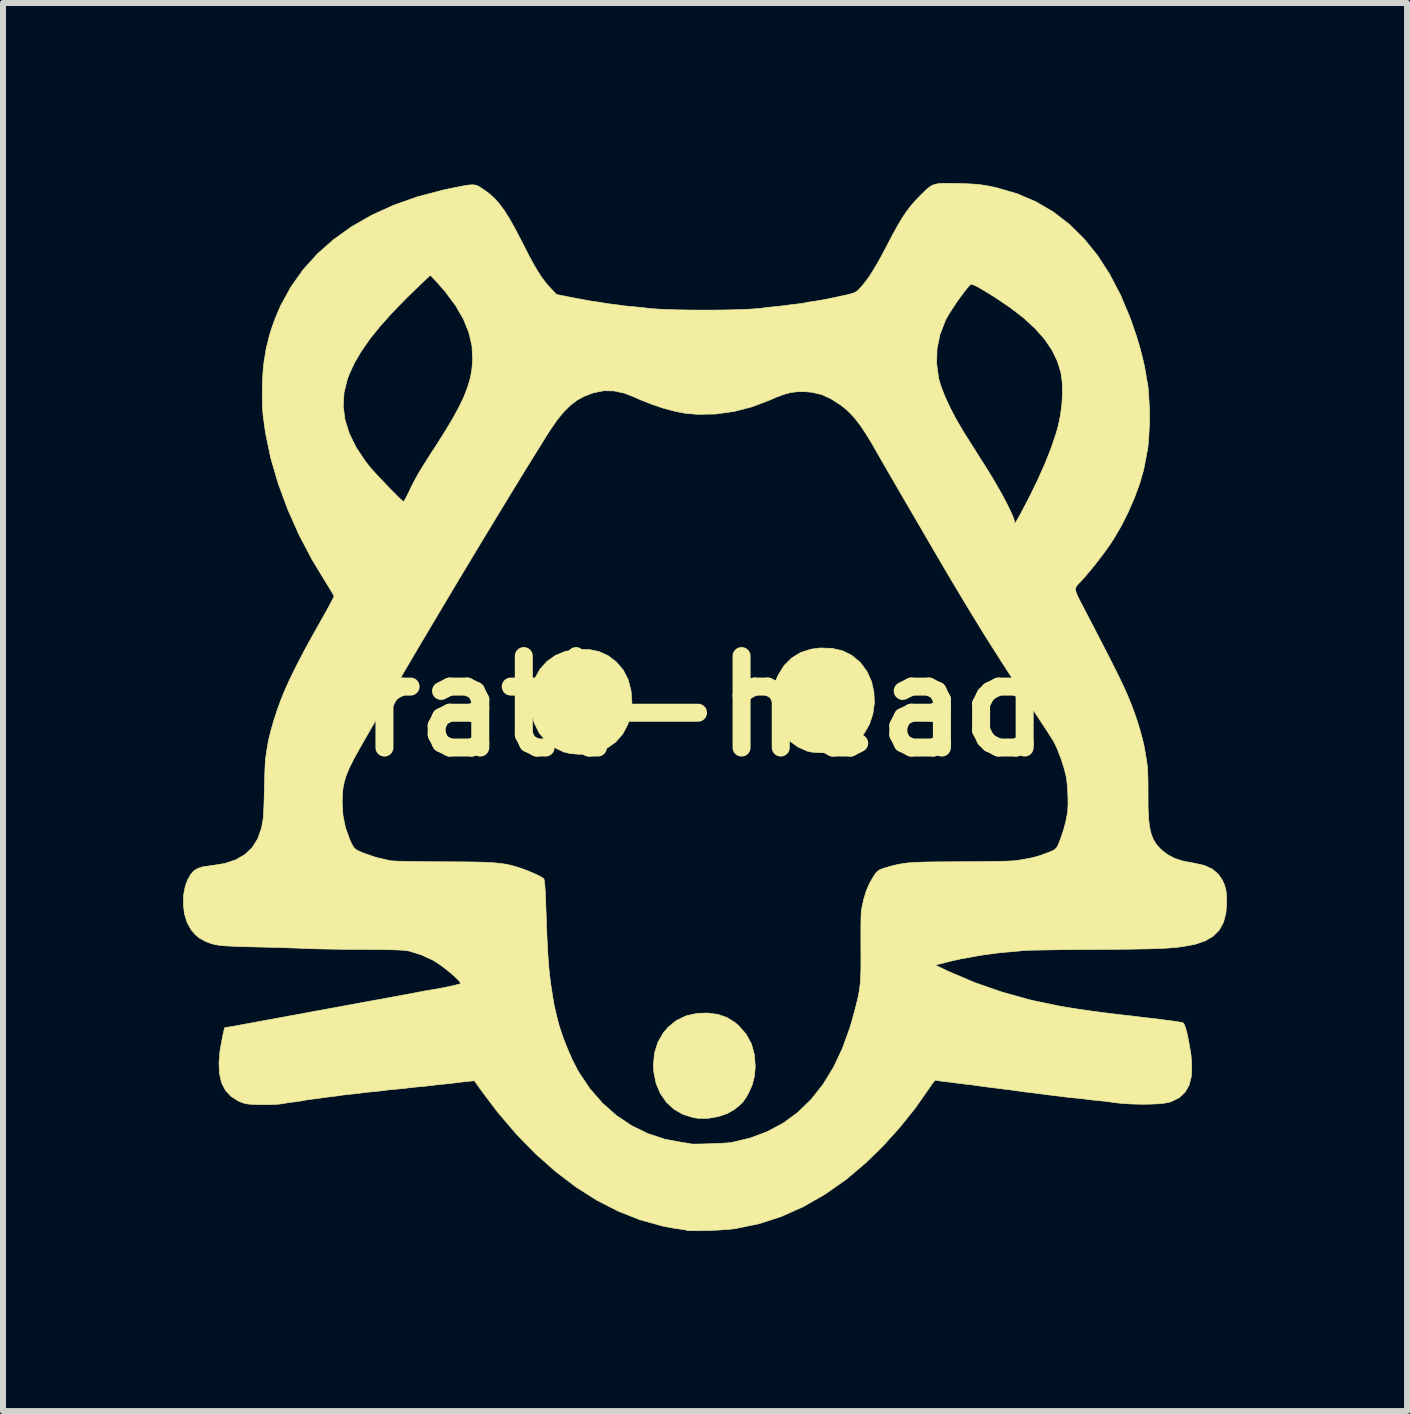
<source format=kicad_pcb>
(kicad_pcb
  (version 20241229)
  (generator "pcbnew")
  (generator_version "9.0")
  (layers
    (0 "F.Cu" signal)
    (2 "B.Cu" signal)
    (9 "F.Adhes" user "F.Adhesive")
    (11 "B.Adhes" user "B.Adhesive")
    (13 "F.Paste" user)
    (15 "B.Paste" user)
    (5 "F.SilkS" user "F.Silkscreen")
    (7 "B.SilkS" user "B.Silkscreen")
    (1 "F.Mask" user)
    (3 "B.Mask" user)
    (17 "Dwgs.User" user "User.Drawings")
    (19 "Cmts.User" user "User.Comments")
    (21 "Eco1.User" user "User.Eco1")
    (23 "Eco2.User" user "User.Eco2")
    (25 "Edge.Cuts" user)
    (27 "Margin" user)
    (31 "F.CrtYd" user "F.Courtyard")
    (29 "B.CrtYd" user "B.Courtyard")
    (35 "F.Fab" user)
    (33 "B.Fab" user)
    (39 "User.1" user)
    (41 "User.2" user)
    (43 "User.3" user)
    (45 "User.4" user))
  (footprint "ratt-head"
    (layer "F.Cu")
    (at 8.69 8.717)
    (property "Reference" "ratt-head" (at 0 0 0) (layer "F.SilkS") (effects (font (size 1.524 1.524) (thickness 0.3))))
    (attr through_hole)
    (fp_poly (pts (xy -1.93 -0.945) (xy -1.759 -0.91) (xy -1.608 -0.842) (xy -1.473 -0.74) (xy -1.356 -0.604) (xy -1.273 -0.444) (xy -1.225 -0.258) (xy -1.21 -0.069) (xy -1.228 0.129) (xy -1.28 0.308) (xy -1.364 0.465) (xy -1.478 0.595) (xy -1.62 0.697) (xy -1.774 0.763) (xy -1.92 0.793) (xy -2.079 0.802) (xy -2.234 0.79) (xy -2.348 0.763) (xy -2.51 0.686) (xy -2.648 0.578) (xy -2.758 0.441) (xy -2.839 0.279) (xy -2.888 0.096) (xy -2.902 -0.089) (xy -2.883 -0.284) (xy -2.829 -0.461) (xy -2.743 -0.615) (xy -2.628 -0.744) (xy -2.487 -0.845) (xy -2.323 -0.913) (xy -2.139 -0.946) (xy -2.126 -0.947) (xy -1.93 -0.945)) (stroke (width 0.01) (type solid)) (fill yes) (layer "F.SilkS"))
    (fp_poly (pts (xy 0.221 5.135) (xy 0.374 5.188) (xy 0.513 5.276) (xy 0.568 5.324) (xy 0.693 5.466) (xy 0.781 5.627) (xy 0.831 5.807) (xy 0.845 6.008) (xy 0.844 6.021) (xy 0.83 6.173) (xy 0.796 6.307) (xy 0.734 6.445) (xy 0.733 6.447) (xy 0.684 6.533) (xy 0.636 6.598) (xy 0.574 6.658) (xy 0.501 6.717) (xy 0.377 6.789) (xy 0.227 6.839) (xy 0.064 6.867) (xy -0.1 6.868) (xy -0.185 6.856) (xy -0.358 6.803) (xy -0.51 6.716) (xy -0.637 6.598) (xy -0.737 6.452) (xy -0.808 6.284) (xy -0.846 6.095) (xy -0.852 5.98) (xy -0.834 5.781) (xy -0.778 5.602) (xy -0.686 5.442) (xy -0.607 5.35) (xy -0.469 5.237) (xy -0.308 5.16) (xy -0.126 5.119) (xy 0.045 5.113) (xy 0.221 5.135)) (stroke (width 0.01) (type solid)) (fill yes) (layer "F.SilkS"))
    (fp_poly (pts (xy 2.125 -0.963) (xy 2.297 -0.924) (xy 2.449 -0.85) (xy 2.583 -0.74) (xy 2.606 -0.715) (xy 2.711 -0.572) (xy 2.783 -0.409) (xy 2.822 -0.233) (xy 2.83 -0.052) (xy 2.805 0.128) (xy 2.749 0.299) (xy 2.661 0.453) (xy 2.578 0.551) (xy 2.509 0.608) (xy 2.421 0.667) (xy 2.349 0.706) (xy 2.276 0.738) (xy 2.212 0.758) (xy 2.141 0.769) (xy 2.048 0.774) (xy 2.011 0.775) (xy 1.897 0.774) (xy 1.797 0.767) (xy 1.724 0.753) (xy 1.721 0.752) (xy 1.554 0.679) (xy 1.41 0.574) (xy 1.293 0.441) (xy 1.206 0.284) (xy 1.151 0.109) (xy 1.132 -0.081) (xy 1.133 -0.117) (xy 1.141 -0.239) (xy 1.157 -0.337) (xy 1.187 -0.428) (xy 1.228 -0.52) (xy 1.326 -0.677) (xy 1.45 -0.802) (xy 1.6 -0.894) (xy 1.773 -0.95) (xy 1.928 -0.97) (xy 2.125 -0.963)) (stroke (width 0.01) (type solid)) (fill yes) (layer "F.SilkS"))
    (fp_poly (pts (xy 4.095 -8.712) (xy 4.223 -8.709) (xy 4.376 -8.705) (xy 4.5 -8.698) (xy 4.607 -8.687) (xy 4.712 -8.671) (xy 4.825 -8.648) (xy 4.879 -8.635) (xy 5.21 -8.539) (xy 5.52 -8.406) (xy 5.809 -8.237) (xy 6.076 -8.032) (xy 6.322 -7.79) (xy 6.547 -7.512) (xy 6.751 -7.197) (xy 6.934 -6.846) (xy 7.096 -6.458) (xy 7.195 -6.172) (xy 7.248 -5.997) (xy 7.294 -5.822) (xy 7.331 -5.661) (xy 7.355 -5.525) (xy 7.357 -5.513) (xy 7.366 -5.45) (xy 7.375 -5.406) (xy 7.378 -5.395) (xy 7.384 -5.367) (xy 7.391 -5.307) (xy 7.398 -5.222) (xy 7.404 -5.125) (xy 7.41 -5.023) (xy 7.414 -4.926) (xy 7.416 -4.844) (xy 7.416 -4.837) (xy 7.415 -4.757) (xy 7.411 -4.662) (xy 7.406 -4.559) (xy 7.4 -4.458) (xy 7.393 -4.368) (xy 7.386 -4.299) (xy 7.38 -4.261) (xy 7.378 -4.257) (xy 7.371 -4.23) (xy 7.362 -4.176) (xy 7.358 -4.149) (xy 7.318 -3.944) (xy 7.253 -3.717) (xy 7.166 -3.478) (xy 7.061 -3.236) (xy 6.942 -2.999) (xy 6.812 -2.778) (xy 6.769 -2.712) (xy 6.699 -2.612) (xy 6.613 -2.496) (xy 6.519 -2.374) (xy 6.425 -2.258) (xy 6.34 -2.157) (xy 6.284 -2.095) (xy 6.238 -2.047) (xy 6.205 -2.01) (xy 6.186 -1.977) (xy 6.181 -1.94) (xy 6.192 -1.894) (xy 6.218 -1.831) (xy 6.261 -1.745) (xy 6.322 -1.629) (xy 6.34 -1.593) (xy 6.475 -1.335) (xy 6.591 -1.11) (xy 6.692 -0.915) (xy 6.777 -0.747) (xy 6.85 -0.602) (xy 6.912 -0.477) (xy 6.965 -0.367) (xy 7.009 -0.27) (xy 7.048 -0.182) (xy 7.083 -0.098) (xy 7.116 -0.016) (xy 7.147 0.067) (xy 7.167 0.121) (xy 7.213 0.256) (xy 7.257 0.402) (xy 7.295 0.542) (xy 7.324 0.665) (xy 7.332 0.709) (xy 7.357 0.858) (xy 7.378 0.995) (xy 7.383 1.046) (xy 7.386 1.132) (xy 7.389 1.242) (xy 7.39 1.368) (xy 7.39 1.492) (xy 7.391 1.7) (xy 7.399 1.87) (xy 7.415 2.01) (xy 7.441 2.125) (xy 7.478 2.22) (xy 7.528 2.301) (xy 7.591 2.373) (xy 7.617 2.398) (xy 7.718 2.475) (xy 7.829 2.534) (xy 7.962 2.578) (xy 8.124 2.61) (xy 8.16 2.616) (xy 8.327 2.653) (xy 8.46 2.714) (xy 8.562 2.801) (xy 8.629 2.9) (xy 8.664 2.979) (xy 8.686 3.054) (xy 8.697 3.14) (xy 8.701 3.251) (xy 8.701 3.266) (xy 8.687 3.449) (xy 8.647 3.603) (xy 8.577 3.73) (xy 8.476 3.832) (xy 8.342 3.911) (xy 8.174 3.968) (xy 7.969 4.006) (xy 7.946 4.009) (xy 7.869 4.018) (xy 7.794 4.025) (xy 7.715 4.031) (xy 7.629 4.036) (xy 7.53 4.04) (xy 7.415 4.044) (xy 7.279 4.046) (xy 7.118 4.049) (xy 6.927 4.051) (xy 6.701 4.053) (xy 6.488 4.054) (xy 6.275 4.056) (xy 6.073 4.057) (xy 5.886 4.059) (xy 5.718 4.062) (xy 5.574 4.064) (xy 5.458 4.066) (xy 5.375 4.068) (xy 5.328 4.071) (xy 5.323 4.071) (xy 5.262 4.078) (xy 5.174 4.086) (xy 5.079 4.095) (xy 5.059 4.096) (xy 4.972 4.104) (xy 4.899 4.111) (xy 4.853 4.116) (xy 4.845 4.117) (xy 4.806 4.124) (xy 4.741 4.132) (xy 4.697 4.138) (xy 4.612 4.15) (xy 4.529 4.164) (xy 4.498 4.17) (xy 4.417 4.186) (xy 4.334 4.2) (xy 4.329 4.201) (xy 4.27 4.211) (xy 4.185 4.23) (xy 4.088 4.252) (xy 4.043 4.264) (xy 3.842 4.314) (xy 4.064 4.419) (xy 4.498 4.605) (xy 4.96 4.765) (xy 5.443 4.899) (xy 5.941 5.003) (xy 6.223 5.048) (xy 6.295 5.058) (xy 6.357 5.067) (xy 6.371 5.069) (xy 6.444 5.08) (xy 6.544 5.093) (xy 6.658 5.108) (xy 6.683 5.111) (xy 6.761 5.121) (xy 6.842 5.131) (xy 6.847 5.131) (xy 6.92 5.14) (xy 7.007 5.15) (xy 7.048 5.155) (xy 7.125 5.163) (xy 7.191 5.172) (xy 7.218 5.175) (xy 7.267 5.181) (xy 7.34 5.19) (xy 7.408 5.197) (xy 7.485 5.206) (xy 7.546 5.213) (xy 7.578 5.217) (xy 7.616 5.223) (xy 7.679 5.231) (xy 7.726 5.237) (xy 7.799 5.246) (xy 7.861 5.255) (xy 7.885 5.259) (xy 7.939 5.267) (xy 7.962 5.269) (xy 7.987 5.29) (xy 8.012 5.351) (xy 8.039 5.446) (xy 8.065 5.572) (xy 8.077 5.642) (xy 8.088 5.707) (xy 8.099 5.761) (xy 8.099 5.765) (xy 8.105 5.807) (xy 8.111 5.877) (xy 8.117 5.964) (xy 8.118 5.99) (xy 8.112 6.167) (xy 8.075 6.314) (xy 8.007 6.433) (xy 7.908 6.525) (xy 7.777 6.589) (xy 7.749 6.598) (xy 7.668 6.615) (xy 7.554 6.626) (xy 7.417 6.632) (xy 7.267 6.633) (xy 7.113 6.629) (xy 6.964 6.62) (xy 6.831 6.606) (xy 6.753 6.594) (xy 6.717 6.589) (xy 6.652 6.581) (xy 6.571 6.573) (xy 6.562 6.572) (xy 6.48 6.564) (xy 6.413 6.557) (xy 6.373 6.552) (xy 6.371 6.551) (xy 6.335 6.546) (xy 6.271 6.539) (xy 6.192 6.531) (xy 6.191 6.531) (xy 6.108 6.523) (xy 6.035 6.515) (xy 5.99 6.509) (xy 5.939 6.502) (xy 5.866 6.493) (xy 5.821 6.488) (xy 5.745 6.479) (xy 5.678 6.47) (xy 5.652 6.466) (xy 5.6 6.46) (xy 5.527 6.451) (xy 5.482 6.445) (xy 5.406 6.436) (xy 5.339 6.428) (xy 5.313 6.424) (xy 5.194 6.408) (xy 5.104 6.395) (xy 5.031 6.386) (xy 5.006 6.383) (xy 4.861 6.365) (xy 4.744 6.35) (xy 4.64 6.337) (xy 4.536 6.322) (xy 4.508 6.318) (xy 4.458 6.311) (xy 4.385 6.302) (xy 4.329 6.296) (xy 4.255 6.287) (xy 4.196 6.28) (xy 4.17 6.276) (xy 4.133 6.27) (xy 4.069 6.263) (xy 4 6.255) (xy 3.928 6.246) (xy 3.873 6.237) (xy 3.849 6.232) (xy 3.832 6.244) (xy 3.799 6.285) (xy 3.757 6.345) (xy 3.744 6.365) (xy 3.51 6.699) (xy 3.249 7.024) (xy 2.97 7.332) (xy 2.68 7.615) (xy 2.385 7.865) (xy 2.353 7.891) (xy 2.003 8.136) (xy 1.646 8.34) (xy 1.281 8.503) (xy 0.909 8.624) (xy 0.529 8.703) (xy 0.49 8.709) (xy 0.417 8.717) (xy 0.321 8.724) (xy 0.211 8.731) (xy 0.094 8.736) (xy -0.02 8.739) (xy -0.125 8.741) (xy -0.212 8.74) (xy -0.273 8.738) (xy -0.299 8.733) (xy -0.323 8.726) (xy -0.375 8.718) (xy -0.421 8.712) (xy -0.497 8.701) (xy -0.596 8.683) (xy -0.698 8.663) (xy -0.718 8.658) (xy -1.08 8.557) (xy -1.439 8.415) (xy -1.795 8.233) (xy -2.144 8.011) (xy -2.486 7.751) (xy -2.82 7.454) (xy -3.144 7.121) (xy -3.457 6.753) (xy -3.702 6.428) (xy -3.836 6.241) (xy -3.966 6.255) (xy -4.045 6.263) (xy -4.114 6.271) (xy -4.149 6.276) (xy -4.198 6.282) (xy -4.271 6.29) (xy -4.339 6.297) (xy -4.42 6.305) (xy -4.491 6.313) (xy -4.53 6.318) (xy -4.577 6.324) (xy -4.65 6.332) (xy -4.736 6.34) (xy -4.741 6.34) (xy -4.823 6.348) (xy -4.89 6.355) (xy -4.93 6.36) (xy -4.932 6.36) (xy -4.967 6.365) (xy -5.032 6.372) (xy -5.113 6.38) (xy -5.131 6.381) (xy -5.214 6.389) (xy -5.284 6.396) (xy -5.328 6.402) (xy -5.332 6.402) (xy -5.369 6.408) (xy -5.434 6.415) (xy -5.515 6.423) (xy -5.524 6.424) (xy -5.606 6.432) (xy -5.673 6.44) (xy -5.713 6.445) (xy -5.715 6.445) (xy -5.751 6.45) (xy -5.816 6.458) (xy -5.891 6.465) (xy -5.969 6.474) (xy -6.035 6.481) (xy -6.071 6.487) (xy -6.111 6.493) (xy -6.176 6.501) (xy -6.226 6.507) (xy -6.299 6.516) (xy -6.36 6.524) (xy -6.385 6.528) (xy -6.427 6.535) (xy -6.494 6.543) (xy -6.55 6.55) (xy -6.619 6.559) (xy -6.67 6.567) (xy -6.688 6.571) (xy -6.713 6.577) (xy -6.768 6.585) (xy -6.826 6.593) (xy -6.916 6.604) (xy -7.005 6.618) (xy -7.048 6.626) (xy -7.108 6.633) (xy -7.197 6.638) (xy -7.304 6.64) (xy -7.399 6.639) (xy -7.511 6.636) (xy -7.592 6.631) (xy -7.653 6.622) (xy -7.705 6.606) (xy -7.759 6.583) (xy -7.774 6.576) (xy -7.893 6.5) (xy -7.984 6.401) (xy -8.047 6.277) (xy -8.082 6.127) (xy -8.091 5.949) (xy -8.074 5.741) (xy -8.03 5.5) (xy -8.03 5.5) (xy -7.998 5.358) (xy -7.91 5.344) (xy -7.843 5.332) (xy -7.788 5.323) (xy -7.779 5.321) (xy -7.726 5.311) (xy -7.673 5.301) (xy -7.628 5.293) (xy -7.552 5.279) (xy -7.455 5.261) (xy -7.347 5.241) (xy -7.334 5.239) (xy -7.214 5.217) (xy -7.125 5.2) (xy -7.055 5.188) (xy -6.993 5.176) (xy -6.928 5.164) (xy -6.849 5.15) (xy -6.816 5.144) (xy -6.729 5.128) (xy -6.661 5.115) (xy -6.599 5.104) (xy -6.533 5.091) (xy -6.452 5.076) (xy -6.344 5.057) (xy -6.297 5.048) (xy -6.188 5.028) (xy -6.089 5.01) (xy -6.01 4.995) (xy -5.962 4.986) (xy -5.958 4.986) (xy -5.887 4.973) (xy -5.831 4.963) (xy -5.787 4.954) (xy -5.711 4.94) (xy -5.614 4.922) (xy -5.505 4.903) (xy -5.493 4.9) (xy -5.385 4.881) (xy -5.289 4.863) (xy -5.213 4.849) (xy -5.168 4.841) (xy -5.165 4.84) (xy -5.115 4.831) (xy -5.042 4.817) (xy -4.985 4.807) (xy -4.876 4.787) (xy -4.795 4.771) (xy -4.731 4.759) (xy -4.699 4.752) (xy -4.642 4.742) (xy -4.572 4.731) (xy -4.561 4.729) (xy -4.49 4.717) (xy -4.402 4.701) (xy -4.308 4.682) (xy -4.218 4.663) (xy -4.141 4.645) (xy -4.088 4.632) (xy -4.067 4.624) (xy -4.073 4.602) (xy -4.106 4.561) (xy -4.162 4.507) (xy -4.233 4.444) (xy -4.314 4.379) (xy -4.398 4.316) (xy -4.477 4.262) (xy -4.53 4.23) (xy -4.724 4.142) (xy -4.921 4.081) (xy -4.974 4.072) (xy -5.058 4.065) (xy -5.174 4.06) (xy -5.326 4.056) (xy -5.516 4.054) (xy -5.694 4.053) (xy -5.876 4.053) (xy -6.061 4.051) (xy -6.24 4.048) (xy -6.403 4.045) (xy -6.544 4.042) (xy -6.652 4.038) (xy -6.668 4.037) (xy -6.78 4.032) (xy -6.923 4.027) (xy -7.087 4.022) (xy -7.261 4.017) (xy -7.434 4.013) (xy -7.509 4.011) (xy -7.699 4.007) (xy -7.852 4.001) (xy -7.974 3.995) (xy -8.071 3.986) (xy -8.15 3.974) (xy -8.215 3.958) (xy -8.272 3.938) (xy -8.325 3.915) (xy -8.418 3.863) (xy -8.49 3.803) (xy -8.555 3.725) (xy -8.622 3.605) (xy -8.666 3.461) (xy -8.685 3.303) (xy -8.681 3.142) (xy -8.65 2.99) (xy -8.611 2.89) (xy -8.562 2.804) (xy -8.509 2.744) (xy -8.443 2.703) (xy -8.356 2.676) (xy -8.236 2.659) (xy -8.213 2.657) (xy -7.995 2.621) (xy -7.811 2.56) (xy -7.658 2.471) (xy -7.536 2.354) (xy -7.445 2.208) (xy -7.383 2.033) (xy -7.356 1.884) (xy -7.351 1.829) (xy -7.346 1.739) (xy -7.341 1.625) (xy -7.34 1.598) (xy -6.038 1.598) (xy -6.025 1.82) (xy -5.984 2.023) (xy -5.913 2.221) (xy -5.906 2.237) (xy -5.871 2.311) (xy -5.841 2.359) (xy -5.804 2.392) (xy -5.749 2.42) (xy -5.704 2.44) (xy -5.48 2.518) (xy -5.239 2.575) (xy -5.199 2.578) (xy -5.122 2.582) (xy -5.013 2.585) (xy -4.877 2.588) (xy -4.72 2.59) (xy -4.546 2.592) (xy -4.361 2.593) (xy -4.329 2.593) (xy -4.096 2.594) (xy -3.9 2.596) (xy -3.736 2.599) (xy -3.6 2.604) (xy -3.486 2.612) (xy -3.388 2.622) (xy -3.303 2.635) (xy -3.225 2.652) (xy -3.149 2.673) (xy -3.07 2.698) (xy -3.044 2.707) (xy -2.95 2.742) (xy -2.858 2.78) (xy -2.776 2.818) (xy -2.713 2.851) (xy -2.68 2.875) (xy -2.678 2.877) (xy -2.672 2.897) (xy -2.666 2.937) (xy -2.66 3) (xy -2.654 3.091) (xy -2.649 3.212) (xy -2.643 3.368) (xy -2.636 3.563) (xy -2.636 3.577) (xy -2.626 3.846) (xy -2.614 4.078) (xy -2.601 4.279) (xy -2.585 4.454) (xy -2.566 4.61) (xy -2.55 4.718) (xy -2.541 4.771) (xy -2.53 4.841) (xy -2.526 4.866) (xy -2.516 4.928) (xy -2.51 4.965) (xy -2.503 4.995) (xy -2.494 5.036) (xy -2.491 5.048) (xy -2.477 5.109) (xy -2.467 5.154) (xy -2.424 5.319) (xy -2.363 5.506) (xy -2.288 5.699) (xy -2.206 5.887) (xy -2.121 6.054) (xy -2.091 6.106) (xy -1.909 6.377) (xy -1.701 6.615) (xy -1.471 6.819) (xy -1.219 6.988) (xy -0.949 7.121) (xy -0.66 7.216) (xy -0.358 7.273) (xy -0.293 7.281) (xy -0.248 7.289) (xy -0.236 7.293) (xy -0.212 7.296) (xy -0.155 7.297) (xy -0.073 7.296) (xy 0.025 7.293) (xy 0.13 7.29) (xy 0.233 7.286) (xy 0.326 7.281) (xy 0.399 7.276) (xy 0.444 7.271) (xy 0.445 7.271) (xy 0.757 7.197) (xy 1.047 7.089) (xy 1.313 6.946) (xy 1.556 6.767) (xy 1.776 6.553) (xy 1.973 6.304) (xy 2.147 6.02) (xy 2.299 5.699) (xy 2.427 5.344) (xy 2.517 5.02) (xy 2.541 4.921) (xy 2.561 4.835) (xy 2.576 4.757) (xy 2.587 4.682) (xy 2.596 4.601) (xy 2.601 4.511) (xy 2.605 4.405) (xy 2.606 4.276) (xy 2.606 4.119) (xy 2.605 3.928) (xy 2.605 3.852) (xy 2.605 3.723) (xy 2.606 3.605) (xy 2.608 3.506) (xy 2.611 3.433) (xy 2.614 3.397) (xy 2.651 3.221) (xy 2.696 3.074) (xy 2.754 2.943) (xy 2.819 2.831) (xy 2.865 2.767) (xy 2.913 2.729) (xy 2.979 2.702) (xy 2.99 2.699) (xy 3.077 2.674) (xy 3.155 2.653) (xy 3.229 2.636) (xy 3.305 2.623) (xy 3.387 2.612) (xy 3.482 2.605) (xy 3.594 2.6) (xy 3.728 2.596) (xy 3.89 2.594) (xy 4.085 2.593) (xy 4.255 2.592) (xy 4.443 2.591) (xy 4.621 2.59) (xy 4.784 2.587) (xy 4.927 2.585) (xy 5.044 2.582) (xy 5.13 2.578) (xy 5.18 2.575) (xy 5.186 2.574) (xy 5.309 2.554) (xy 5.402 2.537) (xy 5.474 2.522) (xy 5.538 2.505) (xy 5.604 2.484) (xy 5.682 2.455) (xy 5.718 2.442) (xy 5.793 2.412) (xy 5.84 2.386) (xy 5.87 2.353) (xy 5.895 2.304) (xy 5.901 2.29) (xy 5.943 2.18) (xy 5.982 2.062) (xy 6.012 1.955) (xy 6.021 1.916) (xy 6.034 1.849) (xy 6.044 1.799) (xy 6.053 1.724) (xy 6.057 1.619) (xy 6.055 1.497) (xy 6.049 1.372) (xy 6.038 1.255) (xy 6.023 1.159) (xy 6.022 1.156) (xy 5.986 1.016) (xy 5.935 0.861) (xy 5.876 0.71) (xy 5.828 0.606) (xy 5.808 0.573) (xy 5.768 0.51) (xy 5.711 0.42) (xy 5.638 0.309) (xy 5.554 0.181) (xy 5.461 0.04) (xy 5.378 -0.085) (xy 5.134 -0.453) (xy 4.905 -0.808) (xy 4.683 -1.159) (xy 4.461 -1.519) (xy 4.232 -1.899) (xy 4.102 -2.117) (xy 4.037 -2.227) (xy 3.958 -2.362) (xy 3.868 -2.516) (xy 3.768 -2.686) (xy 3.663 -2.866) (xy 3.555 -3.052) (xy 3.446 -3.239) (xy 3.339 -3.422) (xy 3.237 -3.598) (xy 3.143 -3.76) (xy 3.059 -3.905) (xy 2.988 -4.028) (xy 2.933 -4.124) (xy 2.896 -4.188) (xy 2.895 -4.191) (xy 2.783 -4.385) (xy 2.685 -4.545) (xy 2.597 -4.677) (xy 2.513 -4.786) (xy 2.431 -4.877) (xy 2.347 -4.956) (xy 2.268 -5.018) (xy 2.107 -5.122) (xy 1.952 -5.192) (xy 1.792 -5.23) (xy 1.67 -5.241) (xy 1.549 -5.24) (xy 1.436 -5.226) (xy 1.32 -5.195) (xy 1.189 -5.146) (xy 1.096 -5.105) (xy 0.799 -4.99) (xy 0.493 -4.911) (xy 0.184 -4.868) (xy -0.122 -4.863) (xy -0.326 -4.881) (xy -0.495 -4.914) (xy -0.685 -4.965) (xy -0.884 -5.032) (xy -1.077 -5.109) (xy -1.144 -5.14) (xy -1.333 -5.215) (xy -1.508 -5.253) (xy -1.676 -5.256) (xy -1.842 -5.224) (xy -1.872 -5.215) (xy -2.006 -5.163) (xy -2.126 -5.097) (xy -2.238 -5.012) (xy -2.347 -4.904) (xy -2.457 -4.768) (xy -2.574 -4.599) (xy -2.634 -4.505) (xy -2.841 -4.172) (xy -3.062 -3.813) (xy -3.295 -3.432) (xy -3.536 -3.035) (xy -3.783 -2.627) (xy -4.033 -2.212) (xy -4.282 -1.795) (xy -4.529 -1.38) (xy -4.77 -0.974) (xy -5.002 -0.58) (xy -5.223 -0.203) (xy -5.429 0.151) (xy -5.618 0.478) (xy -5.756 0.72) (xy -5.848 0.887) (xy -5.919 1.029) (xy -5.97 1.152) (xy -6.005 1.266) (xy -6.026 1.378) (xy -6.036 1.497) (xy -6.038 1.598) (xy -7.34 1.598) (xy -7.337 1.495) (xy -7.334 1.358) (xy -7.331 1.225) (xy -7.327 1.103) (xy -7.323 1) (xy -7.319 0.923) (xy -7.316 0.88) (xy -7.316 0.878) (xy -7.306 0.816) (xy -7.295 0.74) (xy -7.292 0.72) (xy -7.267 0.575) (xy -7.225 0.403) (xy -7.171 0.217) (xy -7.108 0.027) (xy -7.055 -0.116) (xy -6.994 -0.265) (xy -6.926 -0.417) (xy -6.849 -0.578) (xy -6.76 -0.754) (xy -6.656 -0.951) (xy -6.534 -1.173) (xy -6.414 -1.386) (xy -6.345 -1.508) (xy -6.284 -1.618) (xy -6.234 -1.711) (xy -6.197 -1.781) (xy -6.177 -1.822) (xy -6.174 -1.831) (xy -6.185 -1.857) (xy -6.215 -1.909) (xy -6.258 -1.979) (xy -6.291 -2.032) (xy -6.539 -2.44) (xy -6.759 -2.859) (xy -6.948 -3.285) (xy -7.105 -3.712) (xy -7.229 -4.136) (xy -7.316 -4.552) (xy -7.356 -4.847) (xy -7.366 -4.981) (xy -7.366 -5.002) (xy -6.021 -5.002) (xy -5.992 -4.776) (xy -5.921 -4.547) (xy -5.808 -4.316) (xy -5.653 -4.082) (xy -5.581 -3.99) (xy -5.538 -3.94) (xy -5.478 -3.874) (xy -5.405 -3.796) (xy -5.326 -3.713) (xy -5.245 -3.629) (xy -5.169 -3.552) (xy -5.103 -3.486) (xy -5.052 -3.437) (xy -5.021 -3.411) (xy -5.016 -3.408) (xy -5.002 -3.426) (xy -4.975 -3.473) (xy -4.941 -3.541) (xy -4.926 -3.572) (xy -4.884 -3.66) (xy -4.843 -3.74) (xy -4.801 -3.818) (xy -4.753 -3.902) (xy -4.695 -3.997) (xy -4.624 -4.11) (xy -4.535 -4.249) (xy -4.476 -4.339) (xy -4.324 -4.579) (xy -4.198 -4.79) (xy -4.095 -4.978) (xy -4.013 -5.148) (xy -3.952 -5.304) (xy -3.908 -5.45) (xy -3.88 -5.591) (xy -3.868 -5.709) (xy 3.867 -5.709) (xy 3.901 -5.462) (xy 3.901 -5.461) (xy 3.942 -5.323) (xy 4.006 -5.159) (xy 4.09 -4.977) (xy 4.192 -4.782) (xy 4.308 -4.583) (xy 4.355 -4.508) (xy 4.43 -4.39) (xy 4.518 -4.251) (xy 4.608 -4.108) (xy 4.692 -3.975) (xy 4.709 -3.949) (xy 4.799 -3.802) (xy 4.885 -3.655) (xy 4.965 -3.513) (xy 5.034 -3.381) (xy 5.092 -3.265) (xy 5.135 -3.169) (xy 5.161 -3.098) (xy 5.166 -3.059) (xy 5.167 -3.043) (xy 5.183 -3.06) (xy 5.214 -3.112) (xy 5.262 -3.198) (xy 5.327 -3.321) (xy 5.395 -3.45) (xy 5.542 -3.749) (xy 5.67 -4.035) (xy 5.776 -4.302) (xy 5.858 -4.545) (xy 5.89 -4.657) (xy 5.929 -4.84) (xy 5.954 -5.032) (xy 5.965 -5.221) (xy 5.96 -5.397) (xy 5.94 -5.546) (xy 5.937 -5.563) (xy 5.877 -5.754) (xy 5.787 -5.938) (xy 5.665 -6.117) (xy 5.51 -6.292) (xy 5.32 -6.467) (xy 5.092 -6.643) (xy 4.825 -6.823) (xy 4.727 -6.884) (xy 4.618 -6.949) (xy 4.539 -6.994) (xy 4.485 -7.019) (xy 4.45 -7.028) (xy 4.43 -7.024) (xy 4.429 -7.023) (xy 4.389 -6.981) (xy 4.333 -6.912) (xy 4.267 -6.823) (xy 4.197 -6.725) (xy 4.13 -6.624) (xy 4.071 -6.531) (xy 4.026 -6.453) (xy 4.014 -6.429) (xy 3.923 -6.192) (xy 3.874 -5.952) (xy 3.867 -5.709) (xy -3.868 -5.709) (xy -3.866 -5.731) (xy -3.864 -5.779) (xy -3.876 -6.003) (xy -3.927 -6.226) (xy -4.018 -6.45) (xy -4.148 -6.675) (xy -4.318 -6.904) (xy -4.452 -7.057) (xy -4.568 -7.182) (xy -4.702 -7.057) (xy -4.972 -6.796) (xy -5.208 -6.553) (xy -5.41 -6.327) (xy -5.581 -6.113) (xy -5.721 -5.912) (xy -5.834 -5.719) (xy -5.92 -5.533) (xy -5.952 -5.448) (xy -6.007 -5.226) (xy -6.021 -5.002) (xy -7.366 -5.002) (xy -7.37 -5.137) (xy -7.369 -5.302) (xy -7.364 -5.467) (xy -7.354 -5.618) (xy -7.34 -5.743) (xy -7.332 -5.788) (xy -7.324 -5.836) (xy -7.314 -5.901) (xy -7.312 -5.915) (xy -7.302 -5.971) (xy -7.293 -6.008) (xy -7.291 -6.013) (xy -7.282 -6.041) (xy -7.272 -6.091) (xy -7.271 -6.093) (xy -7.249 -6.184) (xy -7.212 -6.301) (xy -7.165 -6.433) (xy -7.11 -6.568) (xy -7.061 -6.679) (xy -6.892 -6.987) (xy -6.689 -7.273) (xy -6.451 -7.537) (xy -6.179 -7.777) (xy -5.876 -7.993) (xy -5.542 -8.184) (xy -5.178 -8.349) (xy -4.786 -8.487) (xy -4.367 -8.598) (xy -4.255 -8.622) (xy -4.113 -8.651) (xy -4.006 -8.672) (xy -3.927 -8.684) (xy -3.868 -8.688) (xy -3.823 -8.684) (xy -3.784 -8.672) (xy -3.745 -8.65) (xy -3.699 -8.62) (xy -3.689 -8.614) (xy -3.594 -8.545) (xy -3.506 -8.467) (xy -3.423 -8.375) (xy -3.34 -8.264) (xy -3.254 -8.129) (xy -3.161 -7.964) (xy -3.058 -7.766) (xy -3.037 -7.726) (xy -2.94 -7.535) (xy -2.856 -7.377) (xy -2.78 -7.248) (xy -2.711 -7.142) (xy -2.644 -7.053) (xy -2.577 -6.976) (xy -2.567 -6.966) (xy -2.465 -6.86) (xy -2.2 -6.807) (xy -2.088 -6.786) (xy -1.98 -6.766) (xy -1.89 -6.75) (xy -1.83 -6.741) (xy -1.762 -6.732) (xy -1.709 -6.723) (xy -1.693 -6.72) (xy -1.655 -6.713) (xy -1.592 -6.704) (xy -1.547 -6.699) (xy -1.476 -6.69) (xy -1.418 -6.682) (xy -1.397 -6.678) (xy -1.359 -6.673) (xy -1.293 -6.666) (xy -1.21 -6.658) (xy -1.194 -6.657) (xy -1.107 -6.649) (xy -1.03 -6.641) (xy -0.978 -6.635) (xy -0.974 -6.634) (xy -0.887 -6.624) (xy -0.766 -6.616) (xy -0.615 -6.609) (xy -0.442 -6.604) (xy -0.254 -6.601) (xy -0.057 -6.6) (xy 0.142 -6.6) (xy 0.336 -6.602) (xy 0.519 -6.606) (xy 0.683 -6.612) (xy 0.823 -6.62) (xy 0.931 -6.629) (xy 0.974 -6.635) (xy 1.022 -6.641) (xy 1.096 -6.649) (xy 1.171 -6.657) (xy 1.249 -6.665) (xy 1.314 -6.672) (xy 1.351 -6.677) (xy 1.39 -6.683) (xy 1.456 -6.691) (xy 1.524 -6.699) (xy 1.596 -6.708) (xy 1.649 -6.715) (xy 1.672 -6.72) (xy 1.698 -6.727) (xy 1.75 -6.735) (xy 1.778 -6.739) (xy 1.85 -6.75) (xy 1.912 -6.76) (xy 1.926 -6.762) (xy 1.988 -6.774) (xy 2.043 -6.784) (xy 2.091 -6.794) (xy 2.167 -6.81) (xy 2.26 -6.83) (xy 2.314 -6.841) (xy 2.41 -6.863) (xy 2.476 -6.882) (xy 2.522 -6.903) (xy 2.56 -6.932) (xy 2.6 -6.975) (xy 2.608 -6.983) (xy 2.679 -7.07) (xy 2.752 -7.171) (xy 2.829 -7.293) (xy 2.914 -7.44) (xy 3.01 -7.62) (xy 3.049 -7.694) (xy 3.143 -7.873) (xy 3.225 -8.02) (xy 3.298 -8.142) (xy 3.368 -8.246) (xy 3.439 -8.339) (xy 3.516 -8.426) (xy 3.598 -8.512) (xy 3.669 -8.582) (xy 3.727 -8.634) (xy 3.779 -8.671) (xy 3.834 -8.694) (xy 3.899 -8.707) (xy 3.984 -8.712) (xy 4.095 -8.712)) (stroke (width 0.01) (type solid)) (fill yes) (layer "F.SilkS")))
  (gr_rect
    (start -3 -3)
    (end 20.396 20.463)
    (stroke (width 0.1) (type default))
    (fill no)
    (layer "Edge.Cuts")))
</source>
